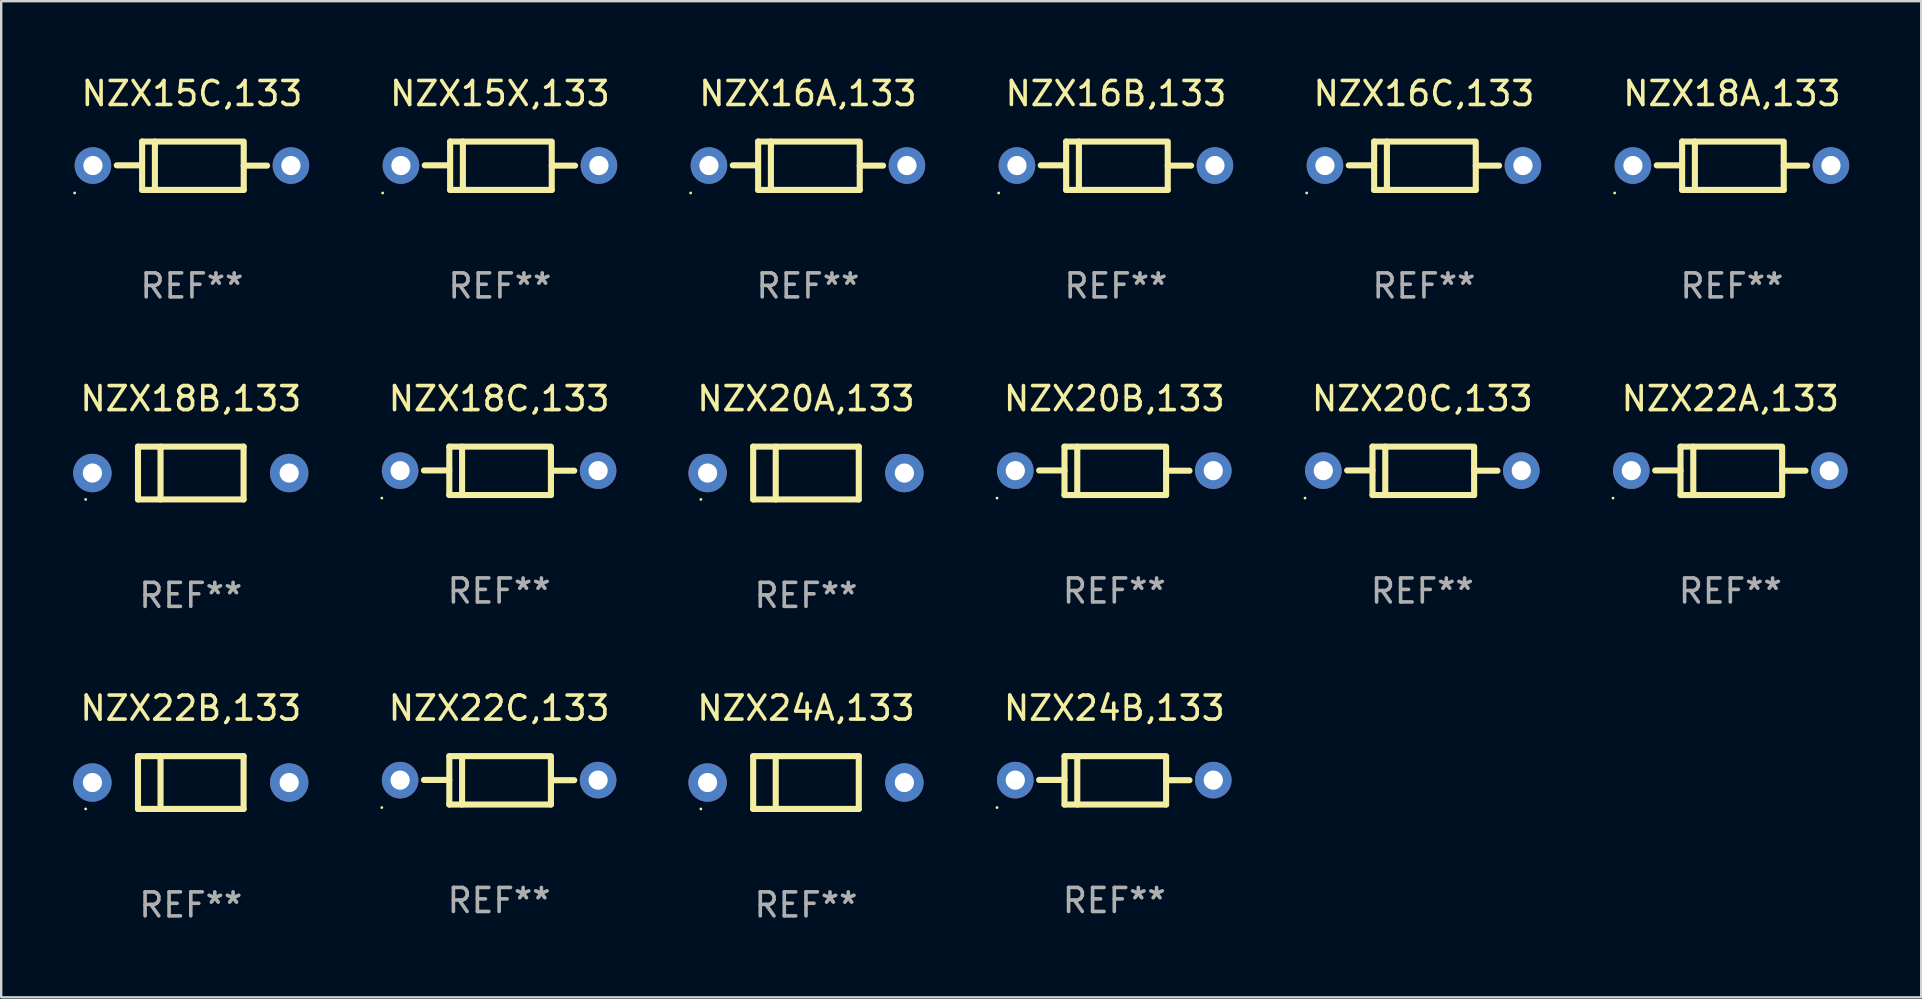
<source format=kicad_pcb>
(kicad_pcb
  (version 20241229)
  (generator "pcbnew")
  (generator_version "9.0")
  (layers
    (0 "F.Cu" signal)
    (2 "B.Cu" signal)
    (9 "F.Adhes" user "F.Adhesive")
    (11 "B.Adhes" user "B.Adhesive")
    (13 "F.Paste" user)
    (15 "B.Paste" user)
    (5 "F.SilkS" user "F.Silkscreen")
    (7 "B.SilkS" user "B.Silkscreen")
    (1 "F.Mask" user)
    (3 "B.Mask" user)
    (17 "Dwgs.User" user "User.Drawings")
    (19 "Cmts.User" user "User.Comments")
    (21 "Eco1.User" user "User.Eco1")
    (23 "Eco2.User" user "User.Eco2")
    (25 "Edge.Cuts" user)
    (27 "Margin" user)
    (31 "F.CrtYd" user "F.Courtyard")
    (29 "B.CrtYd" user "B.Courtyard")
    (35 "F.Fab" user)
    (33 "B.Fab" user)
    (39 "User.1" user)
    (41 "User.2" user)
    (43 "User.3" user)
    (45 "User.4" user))
  (footprint "NZX16C,133"
    (layer "F.Cu")
    (at 56.283 3.856)
    (property "Reference" "NZX16C,133" (at 0 -3.008 0) (layer "F.SilkS") (effects (font (size 1 1) (thickness 0.15))))
    (attr through_hole)
    (fp_line (start -2.075 -1.008) (end -2.075 1.008) (stroke (width 0.254) (type solid)) (layer "F.SilkS"))
    (fp_line (start -2.075 -0.017) (end -3.132 -0.017) (stroke (width 0.254) (type solid)) (layer "F.SilkS"))
    (fp_line (start -2.075 1.008) (end 2.159 1.008) (stroke (width 0.254) (type solid)) (layer "F.SilkS"))
    (fp_line (start -1.543 -1.008) (end -1.543 1.008) (stroke (width 0.254) (type solid)) (layer "F.SilkS"))
    (fp_line (start 2.075 -1.008) (end -2.075 -1.008) (stroke (width 0.254) (type solid)) (layer "F.SilkS"))
    (fp_line (start 2.159 -0.005) (end 3.132 -0.005) (stroke (width 0.254) (type solid)) (layer "F.SilkS"))
    (fp_line (start 2.159 1.008) (end 2.159 -1.008) (stroke (width 0.254) (type solid)) (layer "F.SilkS"))
    (fp_circle (center -4.887 1.135) (end -4.857 1.135) (stroke (width 0.06) (type solid)) (fill no) (layer "F.SilkS"))
    (fp_text user "REF**" (at 0 5.008 0) (layer "F.Fab") (effects (font (size 1 1) (thickness 0.15))))
    (pad "1" thru_hole circle (at -4.125 -0.008) (size 1.524 1.524) (drill 0.8) (layers "*.Cu" "*.Mask"))
    (pad "2" thru_hole circle (at 4.125 -0.008) (size 1.524 1.524) (drill 0.8) (layers "*.Cu" "*.Mask")))
  (footprint "NZX18C,133"
    (layer "F.Cu")
    (at 17.747 16.569)
    (property "Reference" "NZX18C,133" (at 0 -3.008 0) (layer "F.SilkS") (effects (font (size 1 1) (thickness 0.15))))
    (attr through_hole)
    (fp_line (start -2.075 -1.008) (end -2.075 1.008) (stroke (width 0.254) (type solid)) (layer "F.SilkS"))
    (fp_line (start -2.075 -0.017) (end -3.132 -0.017) (stroke (width 0.254) (type solid)) (layer "F.SilkS"))
    (fp_line (start -2.075 1.008) (end 2.159 1.008) (stroke (width 0.254) (type solid)) (layer "F.SilkS"))
    (fp_line (start -1.543 -1.008) (end -1.543 1.008) (stroke (width 0.254) (type solid)) (layer "F.SilkS"))
    (fp_line (start 2.075 -1.008) (end -2.075 -1.008) (stroke (width 0.254) (type solid)) (layer "F.SilkS"))
    (fp_line (start 2.159 -0.005) (end 3.132 -0.005) (stroke (width 0.254) (type solid)) (layer "F.SilkS"))
    (fp_line (start 2.159 1.008) (end 2.159 -1.008) (stroke (width 0.254) (type solid)) (layer "F.SilkS"))
    (fp_circle (center -4.887 1.135) (end -4.857 1.135) (stroke (width 0.06) (type solid)) (fill no) (layer "F.SilkS"))
    (fp_text user "REF**" (at 0 5.008 0) (layer "F.Fab") (effects (font (size 1 1) (thickness 0.15))))
    (pad "1" thru_hole circle (at -4.125 -0.008) (size 1.524 1.524) (drill 0.8) (layers "*.Cu" "*.Mask"))
    (pad "2" thru_hole circle (at 4.125 -0.008) (size 1.524 1.524) (drill 0.8) (layers "*.Cu" "*.Mask")))
  (footprint "NZX22A,133"
    (layer "F.Cu")
    (at 69.049 16.569)
    (property "Reference" "NZX22A,133" (at 0 -3.008 0) (layer "F.SilkS") (effects (font (size 1 1) (thickness 0.15))))
    (attr through_hole)
    (fp_line (start -2.075 -1.008) (end -2.075 1.008) (stroke (width 0.254) (type solid)) (layer "F.SilkS"))
    (fp_line (start -2.075 -0.017) (end -3.132 -0.017) (stroke (width 0.254) (type solid)) (layer "F.SilkS"))
    (fp_line (start -2.075 1.008) (end 2.159 1.008) (stroke (width 0.254) (type solid)) (layer "F.SilkS"))
    (fp_line (start -1.543 -1.008) (end -1.543 1.008) (stroke (width 0.254) (type solid)) (layer "F.SilkS"))
    (fp_line (start 2.075 -1.008) (end -2.075 -1.008) (stroke (width 0.254) (type solid)) (layer "F.SilkS"))
    (fp_line (start 2.159 -0.005) (end 3.132 -0.005) (stroke (width 0.254) (type solid)) (layer "F.SilkS"))
    (fp_line (start 2.159 1.008) (end 2.159 -1.008) (stroke (width 0.254) (type solid)) (layer "F.SilkS"))
    (fp_circle (center -4.887 1.135) (end -4.857 1.135) (stroke (width 0.06) (type solid)) (fill no) (layer "F.SilkS"))
    (fp_text user "REF**" (at 0 5.008 0) (layer "F.Fab") (effects (font (size 1 1) (thickness 0.15))))
    (pad "1" thru_hole circle (at -4.125 -0.008) (size 1.524 1.524) (drill 0.8) (layers "*.Cu" "*.Mask"))
    (pad "2" thru_hole circle (at 4.125 -0.008) (size 1.524 1.524) (drill 0.8) (layers "*.Cu" "*.Mask")))
  (footprint "NZX18A,133"
    (layer "F.Cu")
    (at 69.116 3.856)
    (property "Reference" "NZX18A,133" (at 0 -3.008 0) (layer "F.SilkS") (effects (font (size 1 1) (thickness 0.15))))
    (attr through_hole)
    (fp_line (start -2.075 -1.008) (end -2.075 1.008) (stroke (width 0.254) (type solid)) (layer "F.SilkS"))
    (fp_line (start -2.075 -0.017) (end -3.132 -0.017) (stroke (width 0.254) (type solid)) (layer "F.SilkS"))
    (fp_line (start -2.075 1.008) (end 2.159 1.008) (stroke (width 0.254) (type solid)) (layer "F.SilkS"))
    (fp_line (start -1.543 -1.008) (end -1.543 1.008) (stroke (width 0.254) (type solid)) (layer "F.SilkS"))
    (fp_line (start 2.075 -1.008) (end -2.075 -1.008) (stroke (width 0.254) (type solid)) (layer "F.SilkS"))
    (fp_line (start 2.159 -0.005) (end 3.132 -0.005) (stroke (width 0.254) (type solid)) (layer "F.SilkS"))
    (fp_line (start 2.159 1.008) (end 2.159 -1.008) (stroke (width 0.254) (type solid)) (layer "F.SilkS"))
    (fp_circle (center -4.887 1.135) (end -4.857 1.135) (stroke (width 0.06) (type solid)) (fill no) (layer "F.SilkS"))
    (fp_text user "REF**" (at 0 5.008 0) (layer "F.Fab") (effects (font (size 1 1) (thickness 0.15))))
    (pad "1" thru_hole circle (at -4.125 -0.008) (size 1.524 1.524) (drill 0.8) (layers "*.Cu" "*.Mask"))
    (pad "2" thru_hole circle (at 4.125 -0.008) (size 1.524 1.524) (drill 0.8) (layers "*.Cu" "*.Mask")))
  (footprint "NZX16B,133"
    (layer "F.Cu")
    (at 43.449 3.856)
    (property "Reference" "NZX16B,133" (at 0 -3.008 0) (layer "F.SilkS") (effects (font (size 1 1) (thickness 0.15))))
    (attr through_hole)
    (fp_line (start -2.075 -1.008) (end -2.075 1.008) (stroke (width 0.254) (type solid)) (layer "F.SilkS"))
    (fp_line (start -2.075 -0.017) (end -3.132 -0.017) (stroke (width 0.254) (type solid)) (layer "F.SilkS"))
    (fp_line (start -2.075 1.008) (end 2.159 1.008) (stroke (width 0.254) (type solid)) (layer "F.SilkS"))
    (fp_line (start -1.543 -1.008) (end -1.543 1.008) (stroke (width 0.254) (type solid)) (layer "F.SilkS"))
    (fp_line (start 2.075 -1.008) (end -2.075 -1.008) (stroke (width 0.254) (type solid)) (layer "F.SilkS"))
    (fp_line (start 2.159 -0.005) (end 3.132 -0.005) (stroke (width 0.254) (type solid)) (layer "F.SilkS"))
    (fp_line (start 2.159 1.008) (end 2.159 -1.008) (stroke (width 0.254) (type solid)) (layer "F.SilkS"))
    (fp_circle (center -4.887 1.135) (end -4.857 1.135) (stroke (width 0.06) (type solid)) (fill no) (layer "F.SilkS"))
    (fp_text user "REF**" (at 0 5.008 0) (layer "F.Fab") (effects (font (size 1 1) (thickness 0.15))))
    (pad "1" thru_hole circle (at -4.125 -0.008) (size 1.524 1.524) (drill 0.8) (layers "*.Cu" "*.Mask"))
    (pad "2" thru_hole circle (at 4.125 -0.008) (size 1.524 1.524) (drill 0.8) (layers "*.Cu" "*.Mask")))
  (footprint "NZX15C,133"
    (layer "F.Cu")
    (at 4.947 3.856)
    (property "Reference" "NZX15C,133" (at 0 -3.008 0) (layer "F.SilkS") (effects (font (size 1 1) (thickness 0.15))))
    (attr through_hole)
    (fp_line (start -2.075 -1.008) (end -2.075 1.008) (stroke (width 0.254) (type solid)) (layer "F.SilkS"))
    (fp_line (start -2.075 -0.017) (end -3.132 -0.017) (stroke (width 0.254) (type solid)) (layer "F.SilkS"))
    (fp_line (start -2.075 1.008) (end 2.159 1.008) (stroke (width 0.254) (type solid)) (layer "F.SilkS"))
    (fp_line (start -1.543 -1.008) (end -1.543 1.008) (stroke (width 0.254) (type solid)) (layer "F.SilkS"))
    (fp_line (start 2.075 -1.008) (end -2.075 -1.008) (stroke (width 0.254) (type solid)) (layer "F.SilkS"))
    (fp_line (start 2.159 -0.005) (end 3.132 -0.005) (stroke (width 0.254) (type solid)) (layer "F.SilkS"))
    (fp_line (start 2.159 1.008) (end 2.159 -1.008) (stroke (width 0.254) (type solid)) (layer "F.SilkS"))
    (fp_circle (center -4.887 1.135) (end -4.857 1.135) (stroke (width 0.06) (type solid)) (fill no) (layer "F.SilkS"))
    (fp_text user "REF**" (at 0 5.008 0) (layer "F.Fab") (effects (font (size 1 1) (thickness 0.15))))
    (pad "1" thru_hole circle (at -4.125 -0.008) (size 1.524 1.524) (drill 0.8) (layers "*.Cu" "*.Mask"))
    (pad "2" thru_hole circle (at 4.125 -0.008) (size 1.524 1.524) (drill 0.8) (layers "*.Cu" "*.Mask")))
  (footprint "NZX18B,133"
    (layer "F.Cu")
    (at 4.9 16.661)
    (property "Reference" "NZX18B,133" (at 0 -3.1 0) (layer "F.SilkS") (effects (font (size 1 1) (thickness 0.15))))
    (attr through_hole)
    (fp_line (start -2.2 -1.1) (end -2.2 1.1) (stroke (width 0.254) (type solid)) (layer "F.SilkS"))
    (fp_line (start -2.2 -1.1) (end 2.2 -1.1) (stroke (width 0.254) (type solid)) (layer "F.SilkS"))
    (fp_line (start -2.2 1.1) (end 2.2 1.1) (stroke (width 0.254) (type solid)) (layer "F.SilkS"))
    (fp_line (start -1.261 -1.1) (end -1.261 1.1) (stroke (width 0.254) (type solid)) (layer "F.SilkS"))
    (fp_line (start 2.2 -1.1) (end 2.2 1.1) (stroke (width 0.254) (type solid)) (layer "F.SilkS"))
    (fp_circle (center -4.38 1.1) (end -4.35 1.1) (stroke (width 0.06) (type solid)) (fill no) (layer "F.SilkS"))
    (fp_text user "REF**" (at 0 5.1 0) (layer "F.Fab") (effects (font (size 1 1) (thickness 0.15))))
    (pad "1" thru_hole circle (at -4.1 0) (size 1.6 1.6) (drill 0.8) (layers "*.Cu" "*.Mask"))
    (pad "2" thru_hole circle (at 4.1 0) (size 1.6 1.6) (drill 0.8) (layers "*.Cu" "*.Mask")))
  (footprint "NZX24A,133"
    (layer "F.Cu")
    (at 30.534 29.557)
    (property "Reference" "NZX24A,133" (at 0 -3.1 0) (layer "F.SilkS") (effects (font (size 1 1) (thickness 0.15))))
    (attr through_hole)
    (fp_line (start -2.2 -1.1) (end -2.2 1.1) (stroke (width 0.254) (type solid)) (layer "F.SilkS"))
    (fp_line (start -2.2 -1.1) (end 2.2 -1.1) (stroke (width 0.254) (type solid)) (layer "F.SilkS"))
    (fp_line (start -2.2 1.1) (end 2.2 1.1) (stroke (width 0.254) (type solid)) (layer "F.SilkS"))
    (fp_line (start -1.261 -1.1) (end -1.261 1.1) (stroke (width 0.254) (type solid)) (layer "F.SilkS"))
    (fp_line (start 2.2 -1.1) (end 2.2 1.1) (stroke (width 0.254) (type solid)) (layer "F.SilkS"))
    (fp_circle (center -4.38 1.1) (end -4.35 1.1) (stroke (width 0.06) (type solid)) (fill no) (layer "F.SilkS"))
    (fp_text user "REF**" (at 0 5.1 0) (layer "F.Fab") (effects (font (size 1 1) (thickness 0.15))))
    (pad "1" thru_hole circle (at -4.1 0) (size 1.6 1.6) (drill 0.8) (layers "*.Cu" "*.Mask"))
    (pad "2" thru_hole circle (at 4.1 0) (size 1.6 1.6) (drill 0.8) (layers "*.Cu" "*.Mask")))
  (footprint "NZX24B,133"
    (layer "F.Cu")
    (at 43.381 29.465)
    (property "Reference" "NZX24B,133" (at 0 -3.008 0) (layer "F.SilkS") (effects (font (size 1 1) (thickness 0.15))))
    (attr through_hole)
    (fp_line (start -2.075 -1.008) (end -2.075 1.008) (stroke (width 0.254) (type solid)) (layer "F.SilkS"))
    (fp_line (start -2.075 -0.017) (end -3.132 -0.017) (stroke (width 0.254) (type solid)) (layer "F.SilkS"))
    (fp_line (start -2.075 1.008) (end 2.159 1.008) (stroke (width 0.254) (type solid)) (layer "F.SilkS"))
    (fp_line (start -1.543 -1.008) (end -1.543 1.008) (stroke (width 0.254) (type solid)) (layer "F.SilkS"))
    (fp_line (start 2.075 -1.008) (end -2.075 -1.008) (stroke (width 0.254) (type solid)) (layer "F.SilkS"))
    (fp_line (start 2.159 -0.005) (end 3.132 -0.005) (stroke (width 0.254) (type solid)) (layer "F.SilkS"))
    (fp_line (start 2.159 1.008) (end 2.159 -1.008) (stroke (width 0.254) (type solid)) (layer "F.SilkS"))
    (fp_circle (center -4.887 1.135) (end -4.857 1.135) (stroke (width 0.06) (type solid)) (fill no) (layer "F.SilkS"))
    (fp_text user "REF**" (at 0 5.008 0) (layer "F.Fab") (effects (font (size 1 1) (thickness 0.15))))
    (pad "1" thru_hole circle (at -4.125 -0.008) (size 1.524 1.524) (drill 0.8) (layers "*.Cu" "*.Mask"))
    (pad "2" thru_hole circle (at 4.125 -0.008) (size 1.524 1.524) (drill 0.8) (layers "*.Cu" "*.Mask")))
  (footprint "NZX22B,133"
    (layer "F.Cu")
    (at 4.9 29.557)
    (property "Reference" "NZX22B,133" (at 0 -3.1 0) (layer "F.SilkS") (effects (font (size 1 1) (thickness 0.15))))
    (attr through_hole)
    (fp_line (start -2.2 -1.1) (end -2.2 1.1) (stroke (width 0.254) (type solid)) (layer "F.SilkS"))
    (fp_line (start -2.2 -1.1) (end 2.2 -1.1) (stroke (width 0.254) (type solid)) (layer "F.SilkS"))
    (fp_line (start -2.2 1.1) (end 2.2 1.1) (stroke (width 0.254) (type solid)) (layer "F.SilkS"))
    (fp_line (start -1.261 -1.1) (end -1.261 1.1) (stroke (width 0.254) (type solid)) (layer "F.SilkS"))
    (fp_line (start 2.2 -1.1) (end 2.2 1.1) (stroke (width 0.254) (type solid)) (layer "F.SilkS"))
    (fp_circle (center -4.38 1.1) (end -4.35 1.1) (stroke (width 0.06) (type solid)) (fill no) (layer "F.SilkS"))
    (fp_text user "REF**" (at 0 5.1 0) (layer "F.Fab") (effects (font (size 1 1) (thickness 0.15))))
    (pad "1" thru_hole circle (at -4.1 0) (size 1.6 1.6) (drill 0.8) (layers "*.Cu" "*.Mask"))
    (pad "2" thru_hole circle (at 4.1 0) (size 1.6 1.6) (drill 0.8) (layers "*.Cu" "*.Mask")))
  (footprint "NZX20C,133"
    (layer "F.Cu")
    (at 56.215 16.569)
    (property "Reference" "NZX20C,133" (at 0 -3.008 0) (layer "F.SilkS") (effects (font (size 1 1) (thickness 0.15))))
    (attr through_hole)
    (fp_line (start -2.075 -1.008) (end -2.075 1.008) (stroke (width 0.254) (type solid)) (layer "F.SilkS"))
    (fp_line (start -2.075 -0.017) (end -3.132 -0.017) (stroke (width 0.254) (type solid)) (layer "F.SilkS"))
    (fp_line (start -2.075 1.008) (end 2.159 1.008) (stroke (width 0.254) (type solid)) (layer "F.SilkS"))
    (fp_line (start -1.543 -1.008) (end -1.543 1.008) (stroke (width 0.254) (type solid)) (layer "F.SilkS"))
    (fp_line (start 2.075 -1.008) (end -2.075 -1.008) (stroke (width 0.254) (type solid)) (layer "F.SilkS"))
    (fp_line (start 2.159 -0.005) (end 3.132 -0.005) (stroke (width 0.254) (type solid)) (layer "F.SilkS"))
    (fp_line (start 2.159 1.008) (end 2.159 -1.008) (stroke (width 0.254) (type solid)) (layer "F.SilkS"))
    (fp_circle (center -4.887 1.135) (end -4.857 1.135) (stroke (width 0.06) (type solid)) (fill no) (layer "F.SilkS"))
    (fp_text user "REF**" (at 0 5.008 0) (layer "F.Fab") (effects (font (size 1 1) (thickness 0.15))))
    (pad "1" thru_hole circle (at -4.125 -0.008) (size 1.524 1.524) (drill 0.8) (layers "*.Cu" "*.Mask"))
    (pad "2" thru_hole circle (at 4.125 -0.008) (size 1.524 1.524) (drill 0.8) (layers "*.Cu" "*.Mask")))
  (footprint "NZX15X,133"
    (layer "F.Cu")
    (at 17.781 3.856)
    (property "Reference" "NZX15X,133" (at 0 -3.008 0) (layer "F.SilkS") (effects (font (size 1 1) (thickness 0.15))))
    (attr through_hole)
    (fp_line (start -2.075 -1.008) (end -2.075 1.008) (stroke (width 0.254) (type solid)) (layer "F.SilkS"))
    (fp_line (start -2.075 -0.017) (end -3.132 -0.017) (stroke (width 0.254) (type solid)) (layer "F.SilkS"))
    (fp_line (start -2.075 1.008) (end 2.159 1.008) (stroke (width 0.254) (type solid)) (layer "F.SilkS"))
    (fp_line (start -1.543 -1.008) (end -1.543 1.008) (stroke (width 0.254) (type solid)) (layer "F.SilkS"))
    (fp_line (start 2.075 -1.008) (end -2.075 -1.008) (stroke (width 0.254) (type solid)) (layer "F.SilkS"))
    (fp_line (start 2.159 -0.005) (end 3.132 -0.005) (stroke (width 0.254) (type solid)) (layer "F.SilkS"))
    (fp_line (start 2.159 1.008) (end 2.159 -1.008) (stroke (width 0.254) (type solid)) (layer "F.SilkS"))
    (fp_circle (center -4.887 1.135) (end -4.857 1.135) (stroke (width 0.06) (type solid)) (fill no) (layer "F.SilkS"))
    (fp_text user "REF**" (at 0 5.008 0) (layer "F.Fab") (effects (font (size 1 1) (thickness 0.15))))
    (pad "1" thru_hole circle (at -4.125 -0.008) (size 1.524 1.524) (drill 0.8) (layers "*.Cu" "*.Mask"))
    (pad "2" thru_hole circle (at 4.125 -0.008) (size 1.524 1.524) (drill 0.8) (layers "*.Cu" "*.Mask")))
  (footprint "NZX22C,133"
    (layer "F.Cu")
    (at 17.747 29.465)
    (property "Reference" "NZX22C,133" (at 0 -3.008 0) (layer "F.SilkS") (effects (font (size 1 1) (thickness 0.15))))
    (attr through_hole)
    (fp_line (start -2.075 -1.008) (end -2.075 1.008) (stroke (width 0.254) (type solid)) (layer "F.SilkS"))
    (fp_line (start -2.075 -0.017) (end -3.132 -0.017) (stroke (width 0.254) (type solid)) (layer "F.SilkS"))
    (fp_line (start -2.075 1.008) (end 2.159 1.008) (stroke (width 0.254) (type solid)) (layer "F.SilkS"))
    (fp_line (start -1.543 -1.008) (end -1.543 1.008) (stroke (width 0.254) (type solid)) (layer "F.SilkS"))
    (fp_line (start 2.075 -1.008) (end -2.075 -1.008) (stroke (width 0.254) (type solid)) (layer "F.SilkS"))
    (fp_line (start 2.159 -0.005) (end 3.132 -0.005) (stroke (width 0.254) (type solid)) (layer "F.SilkS"))
    (fp_line (start 2.159 1.008) (end 2.159 -1.008) (stroke (width 0.254) (type solid)) (layer "F.SilkS"))
    (fp_circle (center -4.887 1.135) (end -4.857 1.135) (stroke (width 0.06) (type solid)) (fill no) (layer "F.SilkS"))
    (fp_text user "REF**" (at 0 5.008 0) (layer "F.Fab") (effects (font (size 1 1) (thickness 0.15))))
    (pad "1" thru_hole circle (at -4.125 -0.008) (size 1.524 1.524) (drill 0.8) (layers "*.Cu" "*.Mask"))
    (pad "2" thru_hole circle (at 4.125 -0.008) (size 1.524 1.524) (drill 0.8) (layers "*.Cu" "*.Mask")))
  (footprint "NZX20A,133"
    (layer "F.Cu")
    (at 30.534 16.661)
    (property "Reference" "NZX20A,133" (at 0 -3.1 0) (layer "F.SilkS") (effects (font (size 1 1) (thickness 0.15))))
    (attr through_hole)
    (fp_line (start -2.2 -1.1) (end -2.2 1.1) (stroke (width 0.254) (type solid)) (layer "F.SilkS"))
    (fp_line (start -2.2 -1.1) (end 2.2 -1.1) (stroke (width 0.254) (type solid)) (layer "F.SilkS"))
    (fp_line (start -2.2 1.1) (end 2.2 1.1) (stroke (width 0.254) (type solid)) (layer "F.SilkS"))
    (fp_line (start -1.261 -1.1) (end -1.261 1.1) (stroke (width 0.254) (type solid)) (layer "F.SilkS"))
    (fp_line (start 2.2 -1.1) (end 2.2 1.1) (stroke (width 0.254) (type solid)) (layer "F.SilkS"))
    (fp_circle (center -4.38 1.1) (end -4.35 1.1) (stroke (width 0.06) (type solid)) (fill no) (layer "F.SilkS"))
    (fp_text user "REF**" (at 0 5.1 0) (layer "F.Fab") (effects (font (size 1 1) (thickness 0.15))))
    (pad "1" thru_hole circle (at -4.1 0) (size 1.6 1.6) (drill 0.8) (layers "*.Cu" "*.Mask"))
    (pad "2" thru_hole circle (at 4.1 0) (size 1.6 1.6) (drill 0.8) (layers "*.Cu" "*.Mask")))
  (footprint "NZX20B,133"
    (layer "F.Cu")
    (at 43.381 16.569)
    (property "Reference" "NZX20B,133" (at 0 -3.008 0) (layer "F.SilkS") (effects (font (size 1 1) (thickness 0.15))))
    (attr through_hole)
    (fp_line (start -2.075 -1.008) (end -2.075 1.008) (stroke (width 0.254) (type solid)) (layer "F.SilkS"))
    (fp_line (start -2.075 -0.017) (end -3.132 -0.017) (stroke (width 0.254) (type solid)) (layer "F.SilkS"))
    (fp_line (start -2.075 1.008) (end 2.159 1.008) (stroke (width 0.254) (type solid)) (layer "F.SilkS"))
    (fp_line (start -1.543 -1.008) (end -1.543 1.008) (stroke (width 0.254) (type solid)) (layer "F.SilkS"))
    (fp_line (start 2.075 -1.008) (end -2.075 -1.008) (stroke (width 0.254) (type solid)) (layer "F.SilkS"))
    (fp_line (start 2.159 -0.005) (end 3.132 -0.005) (stroke (width 0.254) (type solid)) (layer "F.SilkS"))
    (fp_line (start 2.159 1.008) (end 2.159 -1.008) (stroke (width 0.254) (type solid)) (layer "F.SilkS"))
    (fp_circle (center -4.887 1.135) (end -4.857 1.135) (stroke (width 0.06) (type solid)) (fill no) (layer "F.SilkS"))
    (fp_text user "REF**" (at 0 5.008 0) (layer "F.Fab") (effects (font (size 1 1) (thickness 0.15))))
    (pad "1" thru_hole circle (at -4.125 -0.008) (size 1.524 1.524) (drill 0.8) (layers "*.Cu" "*.Mask"))
    (pad "2" thru_hole circle (at 4.125 -0.008) (size 1.524 1.524) (drill 0.8) (layers "*.Cu" "*.Mask")))
  (footprint "NZX16A,133"
    (layer "F.Cu")
    (at 30.615 3.856)
    (property "Reference" "NZX16A,133" (at 0 -3.008 0) (layer "F.SilkS") (effects (font (size 1 1) (thickness 0.15))))
    (attr through_hole)
    (fp_line (start -2.075 -1.008) (end -2.075 1.008) (stroke (width 0.254) (type solid)) (layer "F.SilkS"))
    (fp_line (start -2.075 -0.017) (end -3.132 -0.017) (stroke (width 0.254) (type solid)) (layer "F.SilkS"))
    (fp_line (start -2.075 1.008) (end 2.159 1.008) (stroke (width 0.254) (type solid)) (layer "F.SilkS"))
    (fp_line (start -1.543 -1.008) (end -1.543 1.008) (stroke (width 0.254) (type solid)) (layer "F.SilkS"))
    (fp_line (start 2.075 -1.008) (end -2.075 -1.008) (stroke (width 0.254) (type solid)) (layer "F.SilkS"))
    (fp_line (start 2.159 -0.005) (end 3.132 -0.005) (stroke (width 0.254) (type solid)) (layer "F.SilkS"))
    (fp_line (start 2.159 1.008) (end 2.159 -1.008) (stroke (width 0.254) (type solid)) (layer "F.SilkS"))
    (fp_circle (center -4.887 1.135) (end -4.857 1.135) (stroke (width 0.06) (type solid)) (fill no) (layer "F.SilkS"))
    (fp_text user "REF**" (at 0 5.008 0) (layer "F.Fab") (effects (font (size 1 1) (thickness 0.15))))
    (pad "1" thru_hole circle (at -4.125 -0.008) (size 1.524 1.524) (drill 0.8) (layers "*.Cu" "*.Mask"))
    (pad "2" thru_hole circle (at 4.125 -0.008) (size 1.524 1.524) (drill 0.8) (layers "*.Cu" "*.Mask")))
  (gr_rect
    (start -3 -3)
    (end 77.003 38.506)
    (stroke (width 0.1) (type default))
    (fill no)
    (layer "Edge.Cuts")))
</source>
